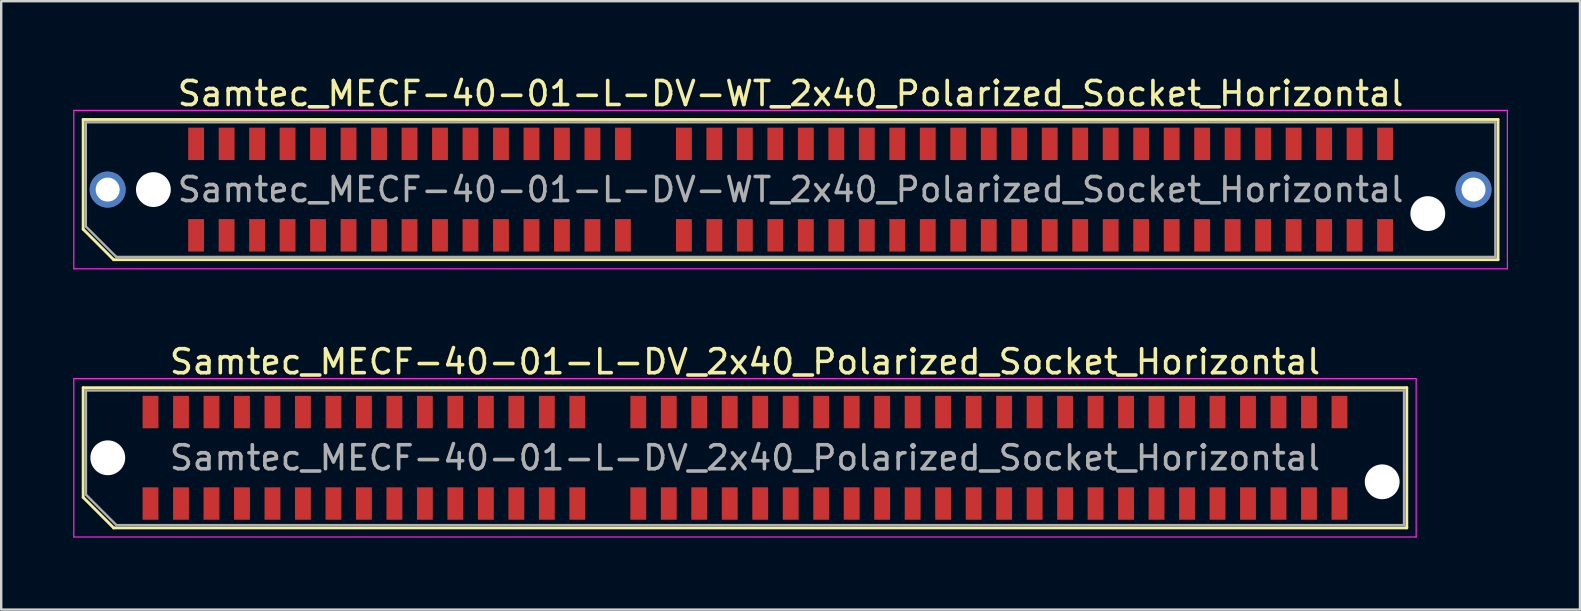
<source format=kicad_pcb>
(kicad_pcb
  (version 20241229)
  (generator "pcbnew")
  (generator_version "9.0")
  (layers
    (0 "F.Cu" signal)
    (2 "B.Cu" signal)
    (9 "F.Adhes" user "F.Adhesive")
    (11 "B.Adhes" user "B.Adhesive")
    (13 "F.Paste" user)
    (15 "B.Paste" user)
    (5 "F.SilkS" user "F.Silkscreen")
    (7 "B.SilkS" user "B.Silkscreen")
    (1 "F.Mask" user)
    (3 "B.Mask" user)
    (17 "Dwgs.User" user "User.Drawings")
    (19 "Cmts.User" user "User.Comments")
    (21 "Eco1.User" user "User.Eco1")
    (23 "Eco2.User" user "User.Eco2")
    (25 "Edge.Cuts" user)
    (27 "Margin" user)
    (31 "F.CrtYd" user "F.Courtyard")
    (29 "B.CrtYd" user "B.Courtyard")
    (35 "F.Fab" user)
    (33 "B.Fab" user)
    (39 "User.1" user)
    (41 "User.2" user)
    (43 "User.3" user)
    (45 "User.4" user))
  (footprint "Samtec_MECF-40-01-L-DV-WT_2x40_Polarized_Socket_Horizontal"
    (layer "F.Cu")
    (at 29.885 4.848)
    (property "Reference" "Samtec_MECF-40-01-L-DV-WT_2x40_Polarized_Socket_Horizontal" (at 0 -4 0) (layer "F.SilkS") (effects (font (size 1 1) (thickness 0.15))))
    (attr smd)
    (fp_line (start -29.47 -2.92) (end 29.47 -2.92) (stroke (width 0.12) (type solid)) (layer "F.SilkS"))
    (fp_line (start -29.47 1.65) (end -29.47 -2.92) (stroke (width 0.12) (type solid)) (layer "F.SilkS"))
    (fp_line (start -28.2 2.92) (end -29.47 1.65) (stroke (width 0.12) (type solid)) (layer "F.SilkS"))
    (fp_line (start -28.2 2.92) (end 29.47 2.92) (stroke (width 0.12) (type solid)) (layer "F.SilkS"))
    (fp_line (start 29.47 2.92) (end 29.47 -2.92) (stroke (width 0.12) (type solid)) (layer "F.SilkS"))
    (fp_line (start -29.86 -3.3) (end -29.86 3.3) (stroke (width 0.05) (type solid)) (layer "F.CrtYd"))
    (fp_line (start -29.86 3.3) (end 29.86 3.3) (stroke (width 0.05) (type solid)) (layer "F.CrtYd"))
    (fp_line (start 29.86 -3.3) (end -29.86 -3.3) (stroke (width 0.05) (type solid)) (layer "F.CrtYd"))
    (fp_line (start 29.86 3.3) (end 29.86 -3.3) (stroke (width 0.05) (type solid)) (layer "F.CrtYd"))
    (fp_line (start -29.36 -2.805) (end 29.36 -2.805) (stroke (width 0.1) (type solid)) (layer "F.Fab"))
    (fp_line (start -29.36 1.535) (end -29.36 -2.805) (stroke (width 0.1) (type solid)) (layer "F.Fab"))
    (fp_line (start -29.36 1.535) (end -28.09 2.805) (stroke (width 0.1) (type solid)) (layer "F.Fab"))
    (fp_line (start -28.09 2.805) (end 29.36 2.805) (stroke (width 0.1) (type solid)) (layer "F.Fab"))
    (fp_line (start 29.36 2.805) (end 29.36 -2.805) (stroke (width 0.1) (type solid)) (layer "F.Fab"))
    (fp_text user "${REFERENCE}" (at 0 0 0) (layer "F.Fab") (effects (font (size 1 1) (thickness 0.15))))
    (pad "" thru_hole circle (at -28.45 0) (size 1.5 1.5) (drill 1) (layers "*.Cu" "*.Mask"))
    (pad "" np_thru_hole circle (at -26.545 0) (size 1.45 1.45) (drill 1.45) (layers "*.Cu" "*.Mask"))
    (pad "" np_thru_hole circle (at 26.545 1) (size 1.45 1.45) (drill 1.45) (layers "*.Cu" "*.Mask"))
    (pad "" thru_hole circle (at 28.45 0) (size 1.5 1.5) (drill 1) (layers "*.Cu" "*.Mask"))
    (pad "1" smd rect (at -24.765 1.905) (size 0.66 1.35) (layers "F.Cu" "F.Mask" "F.Paste"))
    (pad "2" smd rect (at -24.765 -1.905) (size 0.66 1.35) (layers "F.Cu" "F.Mask" "F.Paste"))
    (pad "3" smd rect (at -23.495 1.905) (size 0.66 1.35) (layers "F.Cu" "F.Mask" "F.Paste"))
    (pad "4" smd rect (at -23.495 -1.905) (size 0.66 1.35) (layers "F.Cu" "F.Mask" "F.Paste"))
    (pad "5" smd rect (at -22.225 1.905) (size 0.66 1.35) (layers "F.Cu" "F.Mask" "F.Paste"))
    (pad "6" smd rect (at -22.225 -1.905) (size 0.66 1.35) (layers "F.Cu" "F.Mask" "F.Paste"))
    (pad "7" smd rect (at -20.955 1.905) (size 0.66 1.35) (layers "F.Cu" "F.Mask" "F.Paste"))
    (pad "8" smd rect (at -20.955 -1.905) (size 0.66 1.35) (layers "F.Cu" "F.Mask" "F.Paste"))
    (pad "9" smd rect (at -19.685 1.905) (size 0.66 1.35) (layers "F.Cu" "F.Mask" "F.Paste"))
    (pad "10" smd rect (at -19.685 -1.905) (size 0.66 1.35) (layers "F.Cu" "F.Mask" "F.Paste"))
    (pad "11" smd rect (at -18.415 1.905) (size 0.66 1.35) (layers "F.Cu" "F.Mask" "F.Paste"))
    (pad "12" smd rect (at -18.415 -1.905) (size 0.66 1.35) (layers "F.Cu" "F.Mask" "F.Paste"))
    (pad "13" smd rect (at -17.145 1.905) (size 0.66 1.35) (layers "F.Cu" "F.Mask" "F.Paste"))
    (pad "14" smd rect (at -17.145 -1.905) (size 0.66 1.35) (layers "F.Cu" "F.Mask" "F.Paste"))
    (pad "15" smd rect (at -15.875 1.905) (size 0.66 1.35) (layers "F.Cu" "F.Mask" "F.Paste"))
    (pad "16" smd rect (at -15.875 -1.905) (size 0.66 1.35) (layers "F.Cu" "F.Mask" "F.Paste"))
    (pad "17" smd rect (at -14.605 1.905) (size 0.66 1.35) (layers "F.Cu" "F.Mask" "F.Paste"))
    (pad "18" smd rect (at -14.605 -1.905) (size 0.66 1.35) (layers "F.Cu" "F.Mask" "F.Paste"))
    (pad "19" smd rect (at -13.335 1.905) (size 0.66 1.35) (layers "F.Cu" "F.Mask" "F.Paste"))
    (pad "20" smd rect (at -13.335 -1.905) (size 0.66 1.35) (layers "F.Cu" "F.Mask" "F.Paste"))
    (pad "21" smd rect (at -12.065 1.905) (size 0.66 1.35) (layers "F.Cu" "F.Mask" "F.Paste"))
    (pad "22" smd rect (at -12.065 -1.905) (size 0.66 1.35) (layers "F.Cu" "F.Mask" "F.Paste"))
    (pad "23" smd rect (at -10.795 1.905) (size 0.66 1.35) (layers "F.Cu" "F.Mask" "F.Paste"))
    (pad "24" smd rect (at -10.795 -1.905) (size 0.66 1.35) (layers "F.Cu" "F.Mask" "F.Paste"))
    (pad "25" smd rect (at -9.525 1.905) (size 0.66 1.35) (layers "F.Cu" "F.Mask" "F.Paste"))
    (pad "26" smd rect (at -9.525 -1.905) (size 0.66 1.35) (layers "F.Cu" "F.Mask" "F.Paste"))
    (pad "27" smd rect (at -8.255 1.905) (size 0.66 1.35) (layers "F.Cu" "F.Mask" "F.Paste"))
    (pad "28" smd rect (at -8.255 -1.905) (size 0.66 1.35) (layers "F.Cu" "F.Mask" "F.Paste"))
    (pad "29" smd rect (at -6.985 1.905) (size 0.66 1.35) (layers "F.Cu" "F.Mask" "F.Paste"))
    (pad "30" smd rect (at -6.985 -1.905) (size 0.66 1.35) (layers "F.Cu" "F.Mask" "F.Paste"))
    (pad "33" smd rect (at -4.445 1.905) (size 0.66 1.35) (layers "F.Cu" "F.Mask" "F.Paste"))
    (pad "34" smd rect (at -4.445 -1.905) (size 0.66 1.35) (layers "F.Cu" "F.Mask" "F.Paste"))
    (pad "35" smd rect (at -3.175 1.905) (size 0.66 1.35) (layers "F.Cu" "F.Mask" "F.Paste"))
    (pad "36" smd rect (at -3.175 -1.905) (size 0.66 1.35) (layers "F.Cu" "F.Mask" "F.Paste"))
    (pad "37" smd rect (at -1.905 1.905) (size 0.66 1.35) (layers "F.Cu" "F.Mask" "F.Paste"))
    (pad "38" smd rect (at -1.905 -1.905) (size 0.66 1.35) (layers "F.Cu" "F.Mask" "F.Paste"))
    (pad "39" smd rect (at -0.635 1.905) (size 0.66 1.35) (layers "F.Cu" "F.Mask" "F.Paste"))
    (pad "40" smd rect (at -0.635 -1.905) (size 0.66 1.35) (layers "F.Cu" "F.Mask" "F.Paste"))
    (pad "41" smd rect (at 0.635 1.905) (size 0.66 1.35) (layers "F.Cu" "F.Mask" "F.Paste"))
    (pad "42" smd rect (at 0.635 -1.905) (size 0.66 1.35) (layers "F.Cu" "F.Mask" "F.Paste"))
    (pad "43" smd rect (at 1.905 1.905) (size 0.66 1.35) (layers "F.Cu" "F.Mask" "F.Paste"))
    (pad "44" smd rect (at 1.905 -1.905) (size 0.66 1.35) (layers "F.Cu" "F.Mask" "F.Paste"))
    (pad "45" smd rect (at 3.175 1.905) (size 0.66 1.35) (layers "F.Cu" "F.Mask" "F.Paste"))
    (pad "46" smd rect (at 3.175 -1.905) (size 0.66 1.35) (layers "F.Cu" "F.Mask" "F.Paste"))
    (pad "47" smd rect (at 4.445 1.905) (size 0.66 1.35) (layers "F.Cu" "F.Mask" "F.Paste"))
    (pad "48" smd rect (at 4.445 -1.905) (size 0.66 1.35) (layers "F.Cu" "F.Mask" "F.Paste"))
    (pad "49" smd rect (at 5.715 1.905) (size 0.66 1.35) (layers "F.Cu" "F.Mask" "F.Paste"))
    (pad "50" smd rect (at 5.715 -1.905) (size 0.66 1.35) (layers "F.Cu" "F.Mask" "F.Paste"))
    (pad "51" smd rect (at 6.985 1.905) (size 0.66 1.35) (layers "F.Cu" "F.Mask" "F.Paste"))
    (pad "52" smd rect (at 6.985 -1.905) (size 0.66 1.35) (layers "F.Cu" "F.Mask" "F.Paste"))
    (pad "53" smd rect (at 8.255 1.905) (size 0.66 1.35) (layers "F.Cu" "F.Mask" "F.Paste"))
    (pad "54" smd rect (at 8.255 -1.905) (size 0.66 1.35) (layers "F.Cu" "F.Mask" "F.Paste"))
    (pad "55" smd rect (at 9.525 1.905) (size 0.66 1.35) (layers "F.Cu" "F.Mask" "F.Paste"))
    (pad "56" smd rect (at 9.525 -1.905) (size 0.66 1.35) (layers "F.Cu" "F.Mask" "F.Paste"))
    (pad "57" smd rect (at 10.795 1.905) (size 0.66 1.35) (layers "F.Cu" "F.Mask" "F.Paste"))
    (pad "58" smd rect (at 10.795 -1.905) (size 0.66 1.35) (layers "F.Cu" "F.Mask" "F.Paste"))
    (pad "59" smd rect (at 12.065 1.905) (size 0.66 1.35) (layers "F.Cu" "F.Mask" "F.Paste"))
    (pad "60" smd rect (at 12.065 -1.905) (size 0.66 1.35) (layers "F.Cu" "F.Mask" "F.Paste"))
    (pad "61" smd rect (at 13.335 1.905) (size 0.66 1.35) (layers "F.Cu" "F.Mask" "F.Paste"))
    (pad "62" smd rect (at 13.335 -1.905) (size 0.66 1.35) (layers "F.Cu" "F.Mask" "F.Paste"))
    (pad "63" smd rect (at 14.605 1.905) (size 0.66 1.35) (layers "F.Cu" "F.Mask" "F.Paste"))
    (pad "64" smd rect (at 14.605 -1.905) (size 0.66 1.35) (layers "F.Cu" "F.Mask" "F.Paste"))
    (pad "65" smd rect (at 15.875 1.905) (size 0.66 1.35) (layers "F.Cu" "F.Mask" "F.Paste"))
    (pad "66" smd rect (at 15.875 -1.905) (size 0.66 1.35) (layers "F.Cu" "F.Mask" "F.Paste"))
    (pad "67" smd rect (at 17.145 1.905) (size 0.66 1.35) (layers "F.Cu" "F.Mask" "F.Paste"))
    (pad "68" smd rect (at 17.145 -1.905) (size 0.66 1.35) (layers "F.Cu" "F.Mask" "F.Paste"))
    (pad "69" smd rect (at 18.415 1.905) (size 0.66 1.35) (layers "F.Cu" "F.Mask" "F.Paste"))
    (pad "70" smd rect (at 18.415 -1.905) (size 0.66 1.35) (layers "F.Cu" "F.Mask" "F.Paste"))
    (pad "71" smd rect (at 19.685 1.905) (size 0.66 1.35) (layers "F.Cu" "F.Mask" "F.Paste"))
    (pad "72" smd rect (at 19.685 -1.905) (size 0.66 1.35) (layers "F.Cu" "F.Mask" "F.Paste"))
    (pad "73" smd rect (at 20.955 1.905) (size 0.66 1.35) (layers "F.Cu" "F.Mask" "F.Paste"))
    (pad "74" smd rect (at 20.955 -1.905) (size 0.66 1.35) (layers "F.Cu" "F.Mask" "F.Paste"))
    (pad "75" smd rect (at 22.225 1.905) (size 0.66 1.35) (layers "F.Cu" "F.Mask" "F.Paste"))
    (pad "76" smd rect (at 22.225 -1.905) (size 0.66 1.35) (layers "F.Cu" "F.Mask" "F.Paste"))
    (pad "77" smd rect (at 23.495 1.905) (size 0.66 1.35) (layers "F.Cu" "F.Mask" "F.Paste"))
    (pad "78" smd rect (at 23.495 -1.905) (size 0.66 1.35) (layers "F.Cu" "F.Mask" "F.Paste"))
    (pad "79" smd rect (at 24.765 1.905) (size 0.66 1.35) (layers "F.Cu" "F.Mask" "F.Paste"))
    (pad "80" smd rect (at 24.765 -1.905) (size 0.66 1.35) (layers "F.Cu" "F.Mask" "F.Paste")))
  (footprint "Samtec_MECF-40-01-L-DV_2x40_Polarized_Socket_Horizontal"
    (layer "F.Cu")
    (at 27.985 16.021)
    (property "Reference" "Samtec_MECF-40-01-L-DV_2x40_Polarized_Socket_Horizontal" (at 0 -4 0) (layer "F.SilkS") (effects (font (size 1 1) (thickness 0.15))))
    (attr smd)
    (fp_line (start -27.57 -2.92) (end 27.57 -2.92) (stroke (width 0.12) (type solid)) (layer "F.SilkS"))
    (fp_line (start -27.57 1.65) (end -27.57 -2.92) (stroke (width 0.12) (type solid)) (layer "F.SilkS"))
    (fp_line (start -26.3 2.92) (end -27.57 1.65) (stroke (width 0.12) (type solid)) (layer "F.SilkS"))
    (fp_line (start -26.3 2.92) (end 27.57 2.92) (stroke (width 0.12) (type solid)) (layer "F.SilkS"))
    (fp_line (start 27.57 2.92) (end 27.57 -2.92) (stroke (width 0.12) (type solid)) (layer "F.SilkS"))
    (fp_line (start -27.96 -3.3) (end -27.96 3.3) (stroke (width 0.05) (type solid)) (layer "F.CrtYd"))
    (fp_line (start -27.96 3.3) (end 27.96 3.3) (stroke (width 0.05) (type solid)) (layer "F.CrtYd"))
    (fp_line (start 27.96 -3.3) (end -27.96 -3.3) (stroke (width 0.05) (type solid)) (layer "F.CrtYd"))
    (fp_line (start 27.96 3.3) (end 27.96 -3.3) (stroke (width 0.05) (type solid)) (layer "F.CrtYd"))
    (fp_line (start -27.455 -2.805) (end 27.455 -2.805) (stroke (width 0.1) (type solid)) (layer "F.Fab"))
    (fp_line (start -27.455 1.535) (end -27.455 -2.805) (stroke (width 0.1) (type solid)) (layer "F.Fab"))
    (fp_line (start -27.455 1.535) (end -26.185 2.805) (stroke (width 0.1) (type solid)) (layer "F.Fab"))
    (fp_line (start -26.185 2.805) (end 27.455 2.805) (stroke (width 0.1) (type solid)) (layer "F.Fab"))
    (fp_line (start 27.455 2.805) (end 27.455 -2.805) (stroke (width 0.1) (type solid)) (layer "F.Fab"))
    (fp_text user "${REFERENCE}" (at 0 0 0) (layer "F.Fab") (effects (font (size 1 1) (thickness 0.15))))
    (pad "" np_thru_hole circle (at -26.545 0) (size 1.45 1.45) (drill 1.45) (layers "*.Cu" "*.Mask"))
    (pad "" np_thru_hole circle (at 26.545 1) (size 1.45 1.45) (drill 1.45) (layers "*.Cu" "*.Mask"))
    (pad "1" smd rect (at -24.765 1.905) (size 0.66 1.35) (layers "F.Cu" "F.Mask" "F.Paste"))
    (pad "2" smd rect (at -24.765 -1.905) (size 0.66 1.35) (layers "F.Cu" "F.Mask" "F.Paste"))
    (pad "3" smd rect (at -23.495 1.905) (size 0.66 1.35) (layers "F.Cu" "F.Mask" "F.Paste"))
    (pad "4" smd rect (at -23.495 -1.905) (size 0.66 1.35) (layers "F.Cu" "F.Mask" "F.Paste"))
    (pad "5" smd rect (at -22.225 1.905) (size 0.66 1.35) (layers "F.Cu" "F.Mask" "F.Paste"))
    (pad "6" smd rect (at -22.225 -1.905) (size 0.66 1.35) (layers "F.Cu" "F.Mask" "F.Paste"))
    (pad "7" smd rect (at -20.955 1.905) (size 0.66 1.35) (layers "F.Cu" "F.Mask" "F.Paste"))
    (pad "8" smd rect (at -20.955 -1.905) (size 0.66 1.35) (layers "F.Cu" "F.Mask" "F.Paste"))
    (pad "9" smd rect (at -19.685 1.905) (size 0.66 1.35) (layers "F.Cu" "F.Mask" "F.Paste"))
    (pad "10" smd rect (at -19.685 -1.905) (size 0.66 1.35) (layers "F.Cu" "F.Mask" "F.Paste"))
    (pad "11" smd rect (at -18.415 1.905) (size 0.66 1.35) (layers "F.Cu" "F.Mask" "F.Paste"))
    (pad "12" smd rect (at -18.415 -1.905) (size 0.66 1.35) (layers "F.Cu" "F.Mask" "F.Paste"))
    (pad "13" smd rect (at -17.145 1.905) (size 0.66 1.35) (layers "F.Cu" "F.Mask" "F.Paste"))
    (pad "14" smd rect (at -17.145 -1.905) (size 0.66 1.35) (layers "F.Cu" "F.Mask" "F.Paste"))
    (pad "15" smd rect (at -15.875 1.905) (size 0.66 1.35) (layers "F.Cu" "F.Mask" "F.Paste"))
    (pad "16" smd rect (at -15.875 -1.905) (size 0.66 1.35) (layers "F.Cu" "F.Mask" "F.Paste"))
    (pad "17" smd rect (at -14.605 1.905) (size 0.66 1.35) (layers "F.Cu" "F.Mask" "F.Paste"))
    (pad "18" smd rect (at -14.605 -1.905) (size 0.66 1.35) (layers "F.Cu" "F.Mask" "F.Paste"))
    (pad "19" smd rect (at -13.335 1.905) (size 0.66 1.35) (layers "F.Cu" "F.Mask" "F.Paste"))
    (pad "20" smd rect (at -13.335 -1.905) (size 0.66 1.35) (layers "F.Cu" "F.Mask" "F.Paste"))
    (pad "21" smd rect (at -12.065 1.905) (size 0.66 1.35) (layers "F.Cu" "F.Mask" "F.Paste"))
    (pad "22" smd rect (at -12.065 -1.905) (size 0.66 1.35) (layers "F.Cu" "F.Mask" "F.Paste"))
    (pad "23" smd rect (at -10.795 1.905) (size 0.66 1.35) (layers "F.Cu" "F.Mask" "F.Paste"))
    (pad "24" smd rect (at -10.795 -1.905) (size 0.66 1.35) (layers "F.Cu" "F.Mask" "F.Paste"))
    (pad "25" smd rect (at -9.525 1.905) (size 0.66 1.35) (layers "F.Cu" "F.Mask" "F.Paste"))
    (pad "26" smd rect (at -9.525 -1.905) (size 0.66 1.35) (layers "F.Cu" "F.Mask" "F.Paste"))
    (pad "27" smd rect (at -8.255 1.905) (size 0.66 1.35) (layers "F.Cu" "F.Mask" "F.Paste"))
    (pad "28" smd rect (at -8.255 -1.905) (size 0.66 1.35) (layers "F.Cu" "F.Mask" "F.Paste"))
    (pad "29" smd rect (at -6.985 1.905) (size 0.66 1.35) (layers "F.Cu" "F.Mask" "F.Paste"))
    (pad "30" smd rect (at -6.985 -1.905) (size 0.66 1.35) (layers "F.Cu" "F.Mask" "F.Paste"))
    (pad "33" smd rect (at -4.445 1.905) (size 0.66 1.35) (layers "F.Cu" "F.Mask" "F.Paste"))
    (pad "34" smd rect (at -4.445 -1.905) (size 0.66 1.35) (layers "F.Cu" "F.Mask" "F.Paste"))
    (pad "35" smd rect (at -3.175 1.905) (size 0.66 1.35) (layers "F.Cu" "F.Mask" "F.Paste"))
    (pad "36" smd rect (at -3.175 -1.905) (size 0.66 1.35) (layers "F.Cu" "F.Mask" "F.Paste"))
    (pad "37" smd rect (at -1.905 1.905) (size 0.66 1.35) (layers "F.Cu" "F.Mask" "F.Paste"))
    (pad "38" smd rect (at -1.905 -1.905) (size 0.66 1.35) (layers "F.Cu" "F.Mask" "F.Paste"))
    (pad "39" smd rect (at -0.635 1.905) (size 0.66 1.35) (layers "F.Cu" "F.Mask" "F.Paste"))
    (pad "40" smd rect (at -0.635 -1.905) (size 0.66 1.35) (layers "F.Cu" "F.Mask" "F.Paste"))
    (pad "41" smd rect (at 0.635 1.905) (size 0.66 1.35) (layers "F.Cu" "F.Mask" "F.Paste"))
    (pad "42" smd rect (at 0.635 -1.905) (size 0.66 1.35) (layers "F.Cu" "F.Mask" "F.Paste"))
    (pad "43" smd rect (at 1.905 1.905) (size 0.66 1.35) (layers "F.Cu" "F.Mask" "F.Paste"))
    (pad "44" smd rect (at 1.905 -1.905) (size 0.66 1.35) (layers "F.Cu" "F.Mask" "F.Paste"))
    (pad "45" smd rect (at 3.175 1.905) (size 0.66 1.35) (layers "F.Cu" "F.Mask" "F.Paste"))
    (pad "46" smd rect (at 3.175 -1.905) (size 0.66 1.35) (layers "F.Cu" "F.Mask" "F.Paste"))
    (pad "47" smd rect (at 4.445 1.905) (size 0.66 1.35) (layers "F.Cu" "F.Mask" "F.Paste"))
    (pad "48" smd rect (at 4.445 -1.905) (size 0.66 1.35) (layers "F.Cu" "F.Mask" "F.Paste"))
    (pad "49" smd rect (at 5.715 1.905) (size 0.66 1.35) (layers "F.Cu" "F.Mask" "F.Paste"))
    (pad "50" smd rect (at 5.715 -1.905) (size 0.66 1.35) (layers "F.Cu" "F.Mask" "F.Paste"))
    (pad "51" smd rect (at 6.985 1.905) (size 0.66 1.35) (layers "F.Cu" "F.Mask" "F.Paste"))
    (pad "52" smd rect (at 6.985 -1.905) (size 0.66 1.35) (layers "F.Cu" "F.Mask" "F.Paste"))
    (pad "53" smd rect (at 8.255 1.905) (size 0.66 1.35) (layers "F.Cu" "F.Mask" "F.Paste"))
    (pad "54" smd rect (at 8.255 -1.905) (size 0.66 1.35) (layers "F.Cu" "F.Mask" "F.Paste"))
    (pad "55" smd rect (at 9.525 1.905) (size 0.66 1.35) (layers "F.Cu" "F.Mask" "F.Paste"))
    (pad "56" smd rect (at 9.525 -1.905) (size 0.66 1.35) (layers "F.Cu" "F.Mask" "F.Paste"))
    (pad "57" smd rect (at 10.795 1.905) (size 0.66 1.35) (layers "F.Cu" "F.Mask" "F.Paste"))
    (pad "58" smd rect (at 10.795 -1.905) (size 0.66 1.35) (layers "F.Cu" "F.Mask" "F.Paste"))
    (pad "59" smd rect (at 12.065 1.905) (size 0.66 1.35) (layers "F.Cu" "F.Mask" "F.Paste"))
    (pad "60" smd rect (at 12.065 -1.905) (size 0.66 1.35) (layers "F.Cu" "F.Mask" "F.Paste"))
    (pad "61" smd rect (at 13.335 1.905) (size 0.66 1.35) (layers "F.Cu" "F.Mask" "F.Paste"))
    (pad "62" smd rect (at 13.335 -1.905) (size 0.66 1.35) (layers "F.Cu" "F.Mask" "F.Paste"))
    (pad "63" smd rect (at 14.605 1.905) (size 0.66 1.35) (layers "F.Cu" "F.Mask" "F.Paste"))
    (pad "64" smd rect (at 14.605 -1.905) (size 0.66 1.35) (layers "F.Cu" "F.Mask" "F.Paste"))
    (pad "65" smd rect (at 15.875 1.905) (size 0.66 1.35) (layers "F.Cu" "F.Mask" "F.Paste"))
    (pad "66" smd rect (at 15.875 -1.905) (size 0.66 1.35) (layers "F.Cu" "F.Mask" "F.Paste"))
    (pad "67" smd rect (at 17.145 1.905) (size 0.66 1.35) (layers "F.Cu" "F.Mask" "F.Paste"))
    (pad "68" smd rect (at 17.145 -1.905) (size 0.66 1.35) (layers "F.Cu" "F.Mask" "F.Paste"))
    (pad "69" smd rect (at 18.415 1.905) (size 0.66 1.35) (layers "F.Cu" "F.Mask" "F.Paste"))
    (pad "70" smd rect (at 18.415 -1.905) (size 0.66 1.35) (layers "F.Cu" "F.Mask" "F.Paste"))
    (pad "71" smd rect (at 19.685 1.905) (size 0.66 1.35) (layers "F.Cu" "F.Mask" "F.Paste"))
    (pad "72" smd rect (at 19.685 -1.905) (size 0.66 1.35) (layers "F.Cu" "F.Mask" "F.Paste"))
    (pad "73" smd rect (at 20.955 1.905) (size 0.66 1.35) (layers "F.Cu" "F.Mask" "F.Paste"))
    (pad "74" smd rect (at 20.955 -1.905) (size 0.66 1.35) (layers "F.Cu" "F.Mask" "F.Paste"))
    (pad "75" smd rect (at 22.225 1.905) (size 0.66 1.35) (layers "F.Cu" "F.Mask" "F.Paste"))
    (pad "76" smd rect (at 22.225 -1.905) (size 0.66 1.35) (layers "F.Cu" "F.Mask" "F.Paste"))
    (pad "77" smd rect (at 23.495 1.905) (size 0.66 1.35) (layers "F.Cu" "F.Mask" "F.Paste"))
    (pad "78" smd rect (at 23.495 -1.905) (size 0.66 1.35) (layers "F.Cu" "F.Mask" "F.Paste"))
    (pad "79" smd rect (at 24.765 1.905) (size 0.66 1.35) (layers "F.Cu" "F.Mask" "F.Paste"))
    (pad "80" smd rect (at 24.765 -1.905) (size 0.66 1.35) (layers "F.Cu" "F.Mask" "F.Paste")))
  (gr_rect
    (start -3 -3)
    (end 62.77 22.346)
    (stroke (width 0.1) (type default))
    (fill no)
    (layer "Edge.Cuts")))
</source>
